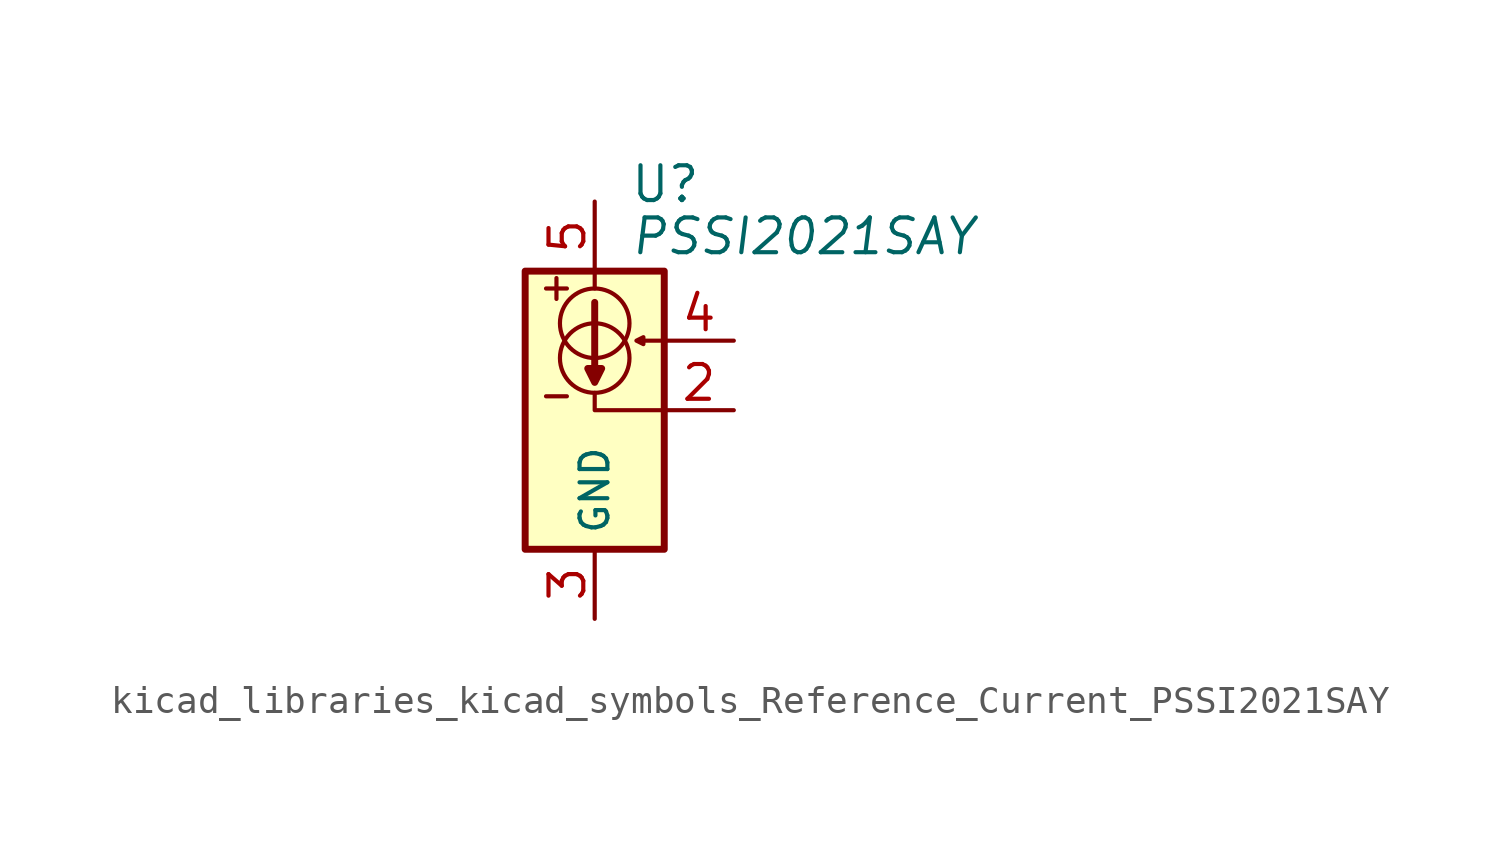
<source format=kicad_sym>
(kicad_symbol_lib
  (version 20220914)
  (generator kicad_symbol_editor)
  (symbol "kicad_libraries_kicad_symbols_Reference_Current_PSSI2021SAY"
    (property "Reference" "U"
      (at 1.27 8.255 0)
      (effects (font (size 1.27 1.27)) (justify left)))
    (property "Value" "PSSI2021SAY"
      (at 1.27 6.35 0)
      (effects (font (size 1.27 1.27) italic) (justify left)))
    (symbol "kicad_libraries_kicad_symbols_Reference_Current_PSSI2021SAY_0_1"
      (pin power_out line (at 5.08 0 180) (length 2.54) (name "~" (effects (font (size 1.27 1.27)))) (number "2" (effects (font (size 1.27 1.27))))))
    (symbol "kicad_libraries_kicad_symbols_Reference_Current_PSSI2021SAY_1_1"
      (rectangle (start -2.54 5.08) (end 2.54 -5.08) (stroke (width 0.254) (type default)) (fill (type background)))
      (polyline (pts (xy -1.778 0.508) (xy -1.016 0.508)) (stroke (width 0) (type default)) (fill (type none)))
      (polyline (pts (xy -1.778 4.445) (xy -1.016 4.445)) (stroke (width 0) (type default)) (fill (type none)))
      (polyline (pts (xy -1.397 4.826) (xy -1.397 4.064)) (stroke (width 0) (type default)) (fill (type none)))
      (polyline (pts (xy 0 3.937) (xy 0 1.143)) (stroke (width 0.254) (type default)) (fill (type none)))
      (polyline (pts (xy 0 5.08) (xy 0 4.445)) (stroke (width 0) (type default)) (fill (type none)))
      (polyline (pts (xy 2.54 0) (xy 0 0) (xy 0 0.635)) (stroke (width 0) (type default)) (fill (type none)))
      (polyline (pts (xy 0 1.016) (xy -0.254 1.524) (xy 0.254 1.524) (xy 0 1.016)) (stroke (width 0.254) (type default)) (fill (type none)))
      (polyline (pts (xy 2.54 2.54) (xy 1.778 2.54) (xy 1.778 2.667) (xy 1.524 2.54) (xy 1.778 2.413) (xy 1.778 2.54)) (stroke (width 0) (type default)) (fill (type none)))
      (circle (center 0 1.905) (radius 1.27) (stroke (width 0) (type default)) (fill (type none)))
      (circle (center 0 3.175) (radius 1.27) (stroke (width 0) (type default)) (fill (type none)))
      (pin no_connect line (at -2.54 -2.54 0) (length 2.54) hide (name "NC" (effects (font (size 1.27 1.27)))) (number "1" (effects (font (size 1.27 1.27)))))
      (pin power_in line (at 0 -7.62 90) (length 2.54) (name "GND" (effects (font (size 1.016 1.016)))) (number "3" (effects (font (size 1.27 1.27)))))
      (pin passive line (at 5.08 2.54 180) (length 2.54) (name "~" (effects (font (size 1.27 1.27)))) (number "4" (effects (font (size 1.27 1.27)))))
      (pin power_in line (at 0 7.62 270) (length 2.54) (name "~" (effects (font (size 1.27 1.27)))) (number "5" (effects (font (size 1.27 1.27))))))))
</source>
